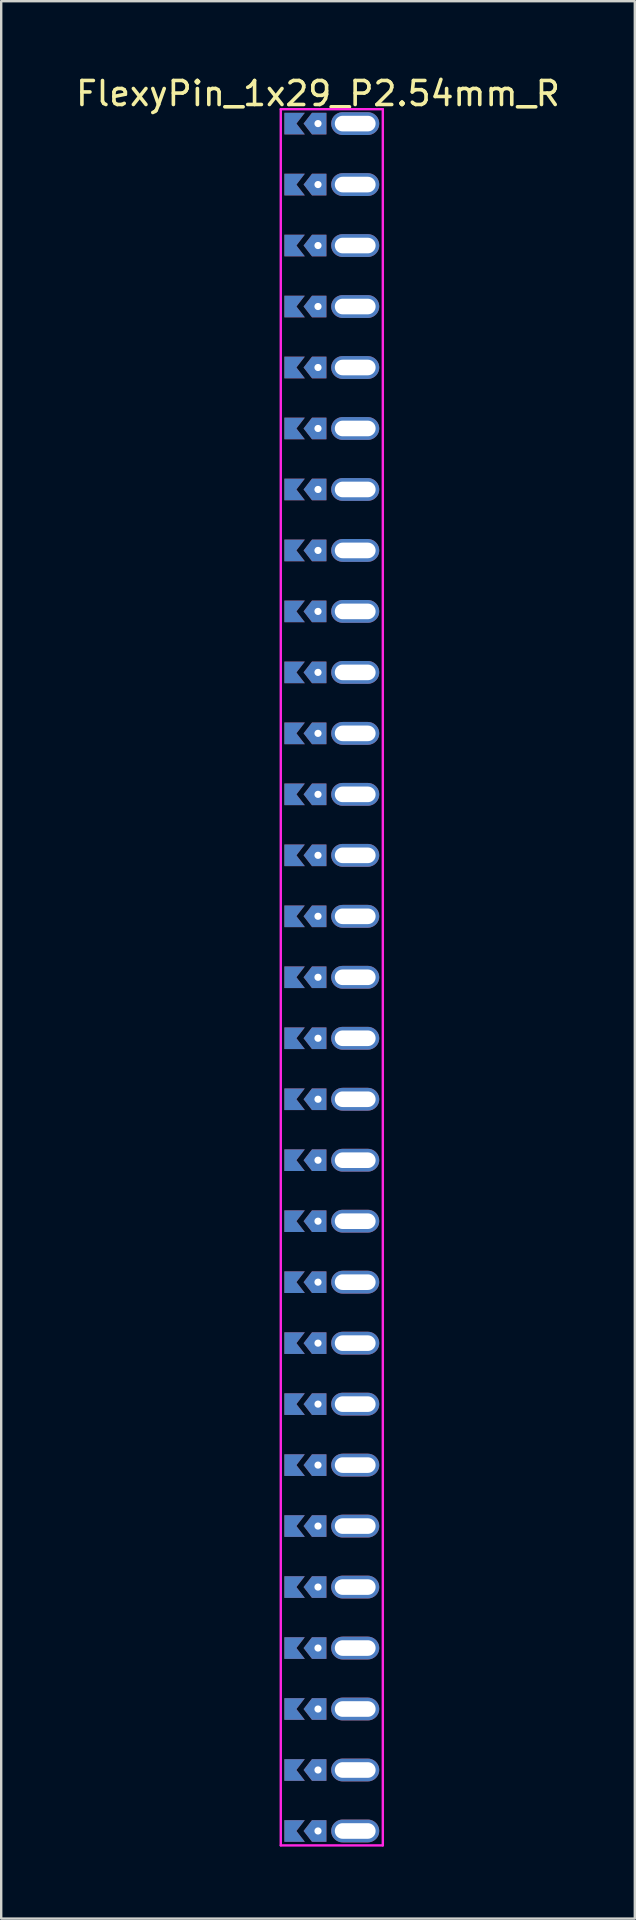
<source format=kicad_pcb>
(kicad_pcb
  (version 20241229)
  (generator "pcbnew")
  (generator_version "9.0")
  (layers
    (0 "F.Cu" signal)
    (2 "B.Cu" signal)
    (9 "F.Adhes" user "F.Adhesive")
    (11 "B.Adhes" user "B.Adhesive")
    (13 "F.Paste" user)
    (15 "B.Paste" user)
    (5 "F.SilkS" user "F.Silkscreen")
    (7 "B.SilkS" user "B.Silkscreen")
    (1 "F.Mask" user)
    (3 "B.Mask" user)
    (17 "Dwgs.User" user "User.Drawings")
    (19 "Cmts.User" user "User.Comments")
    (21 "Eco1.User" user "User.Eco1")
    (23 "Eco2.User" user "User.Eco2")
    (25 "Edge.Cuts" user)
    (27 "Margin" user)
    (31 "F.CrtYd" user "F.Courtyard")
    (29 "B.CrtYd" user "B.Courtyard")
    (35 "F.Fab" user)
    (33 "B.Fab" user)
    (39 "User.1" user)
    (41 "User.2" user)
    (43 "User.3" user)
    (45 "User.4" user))
  (footprint "FlexyPin_1x29_P2.54mm_R"
    (layer "F.Cu")
    (at 10.196 2.098)
    (property "Reference" "FlexyPin_1x29_P2.54mm_R" (at 0 -1.25 0) (layer "F.SilkS") (effects (font (size 1 1) (thickness 0.15))))
    (attr through_hole)
    (fp_line (start -1.55 -0.6) (end 2.7 -0.6) (stroke (width 0.1) (type solid)) (layer "F.CrtYd"))
    (fp_line (start -1.55 71.72) (end -1.55 -0.6) (stroke (width 0.1) (type solid)) (layer "F.CrtYd"))
    (fp_line (start 2.7 -0.6) (end 2.7 71.72) (stroke (width 0.1) (type solid)) (layer "F.CrtYd"))
    (fp_line (start 2.7 71.72) (end -1.55 71.72) (stroke (width 0.1) (type solid)) (layer "F.CrtYd"))
    (pad "" thru_hole custom (at 0 0) (size 0.3 0.3) (drill 0.6) (layers "*.Cu" "*.Mask") (options (anchor rect)) (primitives (gr_poly (pts (xy 0.35 0.45) (xy 0.35 -0.45) (xy -0.25 -0.45) (xy -0.6 0) (xy -0.25 0.45)) (width 0) (fill yes))))
    (pad "" thru_hole custom (at 0 2.54) (size 0.3 0.3) (drill 0.6) (layers "*.Cu" "*.Mask") (options (anchor rect)) (primitives (gr_poly (pts (xy 0.35 0.45) (xy 0.35 -0.45) (xy -0.25 -0.45) (xy -0.6 0) (xy -0.25 0.45)) (width 0) (fill yes))))
    (pad "" thru_hole custom (at 0 5.08) (size 0.3 0.3) (drill 0.6) (layers "*.Cu" "*.Mask") (options (anchor rect)) (primitives (gr_poly (pts (xy 0.35 0.45) (xy 0.35 -0.45) (xy -0.25 -0.45) (xy -0.6 0) (xy -0.25 0.45)) (width 0) (fill yes))))
    (pad "" thru_hole custom (at 0 7.62) (size 0.3 0.3) (drill 0.6) (layers "*.Cu" "*.Mask") (options (anchor rect)) (primitives (gr_poly (pts (xy 0.35 0.45) (xy 0.35 -0.45) (xy -0.25 -0.45) (xy -0.6 0) (xy -0.25 0.45)) (width 0) (fill yes))))
    (pad "" thru_hole custom (at 0 10.16) (size 0.3 0.3) (drill 0.6) (layers "*.Cu" "*.Mask") (options (anchor rect)) (primitives (gr_poly (pts (xy 0.35 0.45) (xy 0.35 -0.45) (xy -0.25 -0.45) (xy -0.6 0) (xy -0.25 0.45)) (width 0) (fill yes))))
    (pad "" thru_hole custom (at 0 12.7) (size 0.3 0.3) (drill 0.6) (layers "*.Cu" "*.Mask") (options (anchor rect)) (primitives (gr_poly (pts (xy 0.35 0.45) (xy 0.35 -0.45) (xy -0.25 -0.45) (xy -0.6 0) (xy -0.25 0.45)) (width 0) (fill yes))))
    (pad "" thru_hole custom (at 0 15.24) (size 0.3 0.3) (drill 0.6) (layers "*.Cu" "*.Mask") (options (anchor rect)) (primitives (gr_poly (pts (xy 0.35 0.45) (xy 0.35 -0.45) (xy -0.25 -0.45) (xy -0.6 0) (xy -0.25 0.45)) (width 0) (fill yes))))
    (pad "" thru_hole custom (at 0 17.78) (size 0.3 0.3) (drill 0.6) (layers "*.Cu" "*.Mask") (options (anchor rect)) (primitives (gr_poly (pts (xy 0.35 0.45) (xy 0.35 -0.45) (xy -0.25 -0.45) (xy -0.6 0) (xy -0.25 0.45)) (width 0) (fill yes))))
    (pad "" thru_hole custom (at 0 20.32) (size 0.3 0.3) (drill 0.6) (layers "*.Cu" "*.Mask") (options (anchor rect)) (primitives (gr_poly (pts (xy 0.35 0.45) (xy 0.35 -0.45) (xy -0.25 -0.45) (xy -0.6 0) (xy -0.25 0.45)) (width 0) (fill yes))))
    (pad "" thru_hole custom (at 0 22.86) (size 0.3 0.3) (drill 0.6) (layers "*.Cu" "*.Mask") (options (anchor rect)) (primitives (gr_poly (pts (xy 0.35 0.45) (xy 0.35 -0.45) (xy -0.25 -0.45) (xy -0.6 0) (xy -0.25 0.45)) (width 0) (fill yes))))
    (pad "" thru_hole custom (at 0 25.4) (size 0.3 0.3) (drill 0.6) (layers "*.Cu" "*.Mask") (options (anchor rect)) (primitives (gr_poly (pts (xy 0.35 0.45) (xy 0.35 -0.45) (xy -0.25 -0.45) (xy -0.6 0) (xy -0.25 0.45)) (width 0) (fill yes))))
    (pad "" thru_hole custom (at 0 27.94) (size 0.3 0.3) (drill 0.6) (layers "*.Cu" "*.Mask") (options (anchor rect)) (primitives (gr_poly (pts (xy 0.35 0.45) (xy 0.35 -0.45) (xy -0.25 -0.45) (xy -0.6 0) (xy -0.25 0.45)) (width 0) (fill yes))))
    (pad "" thru_hole custom (at 0 30.48) (size 0.3 0.3) (drill 0.6) (layers "*.Cu" "*.Mask") (options (anchor rect)) (primitives (gr_poly (pts (xy 0.35 0.45) (xy 0.35 -0.45) (xy -0.25 -0.45) (xy -0.6 0) (xy -0.25 0.45)) (width 0) (fill yes))))
    (pad "" thru_hole custom (at 0 33.02) (size 0.3 0.3) (drill 0.6) (layers "*.Cu" "*.Mask") (options (anchor rect)) (primitives (gr_poly (pts (xy 0.35 0.45) (xy 0.35 -0.45) (xy -0.25 -0.45) (xy -0.6 0) (xy -0.25 0.45)) (width 0) (fill yes))))
    (pad "" thru_hole custom (at 0 35.56) (size 0.3 0.3) (drill 0.6) (layers "*.Cu" "*.Mask") (options (anchor rect)) (primitives (gr_poly (pts (xy 0.35 0.45) (xy 0.35 -0.45) (xy -0.25 -0.45) (xy -0.6 0) (xy -0.25 0.45)) (width 0) (fill yes))))
    (pad "" thru_hole custom (at 0 38.1) (size 0.3 0.3) (drill 0.6) (layers "*.Cu" "*.Mask") (options (anchor rect)) (primitives (gr_poly (pts (xy 0.35 0.45) (xy 0.35 -0.45) (xy -0.25 -0.45) (xy -0.6 0) (xy -0.25 0.45)) (width 0) (fill yes))))
    (pad "" thru_hole custom (at 0 40.64) (size 0.3 0.3) (drill 0.6) (layers "*.Cu" "*.Mask") (options (anchor rect)) (primitives (gr_poly (pts (xy 0.35 0.45) (xy 0.35 -0.45) (xy -0.25 -0.45) (xy -0.6 0) (xy -0.25 0.45)) (width 0) (fill yes))))
    (pad "" thru_hole custom (at 0 43.18) (size 0.3 0.3) (drill 0.6) (layers "*.Cu" "*.Mask") (options (anchor rect)) (primitives (gr_poly (pts (xy 0.35 0.45) (xy 0.35 -0.45) (xy -0.25 -0.45) (xy -0.6 0) (xy -0.25 0.45)) (width 0) (fill yes))))
    (pad "" thru_hole custom (at 0 45.72) (size 0.3 0.3) (drill 0.6) (layers "*.Cu" "*.Mask") (options (anchor rect)) (primitives (gr_poly (pts (xy 0.35 0.45) (xy 0.35 -0.45) (xy -0.25 -0.45) (xy -0.6 0) (xy -0.25 0.45)) (width 0) (fill yes))))
    (pad "" thru_hole custom (at 0 48.26) (size 0.3 0.3) (drill 0.6) (layers "*.Cu" "*.Mask") (options (anchor rect)) (primitives (gr_poly (pts (xy 0.35 0.45) (xy 0.35 -0.45) (xy -0.25 -0.45) (xy -0.6 0) (xy -0.25 0.45)) (width 0) (fill yes))))
    (pad "" thru_hole custom (at 0 50.8) (size 0.3 0.3) (drill 0.6) (layers "*.Cu" "*.Mask") (options (anchor rect)) (primitives (gr_poly (pts (xy 0.35 0.45) (xy 0.35 -0.45) (xy -0.25 -0.45) (xy -0.6 0) (xy -0.25 0.45)) (width 0) (fill yes))))
    (pad "" thru_hole custom (at 0 53.34) (size 0.3 0.3) (drill 0.6) (layers "*.Cu" "*.Mask") (options (anchor rect)) (primitives (gr_poly (pts (xy 0.35 0.45) (xy 0.35 -0.45) (xy -0.25 -0.45) (xy -0.6 0) (xy -0.25 0.45)) (width 0) (fill yes))))
    (pad "" thru_hole custom (at 0 55.88) (size 0.3 0.3) (drill 0.6) (layers "*.Cu" "*.Mask") (options (anchor rect)) (primitives (gr_poly (pts (xy 0.35 0.45) (xy 0.35 -0.45) (xy -0.25 -0.45) (xy -0.6 0) (xy -0.25 0.45)) (width 0) (fill yes))))
    (pad "" thru_hole custom (at 0 58.42) (size 0.3 0.3) (drill 0.6) (layers "*.Cu" "*.Mask") (options (anchor rect)) (primitives (gr_poly (pts (xy 0.35 0.45) (xy 0.35 -0.45) (xy -0.25 -0.45) (xy -0.6 0) (xy -0.25 0.45)) (width 0) (fill yes))))
    (pad "" thru_hole custom (at 0 60.96) (size 0.3 0.3) (drill 0.6) (layers "*.Cu" "*.Mask") (options (anchor rect)) (primitives (gr_poly (pts (xy 0.35 0.45) (xy 0.35 -0.45) (xy -0.25 -0.45) (xy -0.6 0) (xy -0.25 0.45)) (width 0) (fill yes))))
    (pad "" thru_hole custom (at 0 63.5) (size 0.3 0.3) (drill 0.6) (layers "*.Cu" "*.Mask") (options (anchor rect)) (primitives (gr_poly (pts (xy 0.35 0.45) (xy 0.35 -0.45) (xy -0.25 -0.45) (xy -0.6 0) (xy -0.25 0.45)) (width 0) (fill yes))))
    (pad "" thru_hole custom (at 0 66.04) (size 0.3 0.3) (drill 0.6) (layers "*.Cu" "*.Mask") (options (anchor rect)) (primitives (gr_poly (pts (xy 0.35 0.45) (xy 0.35 -0.45) (xy -0.25 -0.45) (xy -0.6 0) (xy -0.25 0.45)) (width 0) (fill yes))))
    (pad "" thru_hole custom (at 0 68.58) (size 0.3 0.3) (drill 0.6) (layers "*.Cu" "*.Mask") (options (anchor rect)) (primitives (gr_poly (pts (xy 0.35 0.45) (xy 0.35 -0.45) (xy -0.25 -0.45) (xy -0.6 0) (xy -0.25 0.45)) (width 0) (fill yes))))
    (pad "" thru_hole custom (at 0 71.12) (size 0.3 0.3) (drill 0.6) (layers "*.Cu" "*.Mask") (options (anchor rect)) (primitives (gr_poly (pts (xy 0.35 0.45) (xy 0.35 -0.45) (xy -0.25 -0.45) (xy -0.6 0) (xy -0.25 0.45)) (width 0) (fill yes))))
    (pad "" thru_hole oval (at 1.55 0) (size 2 0.95) (drill oval 1.7 0.65) (layers "*.Cu" "*.Mask"))
    (pad "" thru_hole oval (at 1.55 2.54) (size 2 0.95) (drill oval 1.7 0.65) (layers "*.Cu" "*.Mask"))
    (pad "" thru_hole oval (at 1.55 5.08) (size 2 0.95) (drill oval 1.7 0.65) (layers "*.Cu" "*.Mask"))
    (pad "" thru_hole oval (at 1.55 7.62) (size 2 0.95) (drill oval 1.7 0.65) (layers "*.Cu" "*.Mask"))
    (pad "" thru_hole oval (at 1.55 10.16) (size 2 0.95) (drill oval 1.7 0.65) (layers "*.Cu" "*.Mask"))
    (pad "" thru_hole oval (at 1.55 12.7) (size 2 0.95) (drill oval 1.7 0.65) (layers "*.Cu" "*.Mask"))
    (pad "" thru_hole oval (at 1.55 15.24) (size 2 0.95) (drill oval 1.7 0.65) (layers "*.Cu" "*.Mask"))
    (pad "" thru_hole oval (at 1.55 17.78) (size 2 0.95) (drill oval 1.7 0.65) (layers "*.Cu" "*.Mask"))
    (pad "" thru_hole oval (at 1.55 20.32) (size 2 0.95) (drill oval 1.7 0.65) (layers "*.Cu" "*.Mask"))
    (pad "" thru_hole oval (at 1.55 22.86) (size 2 0.95) (drill oval 1.7 0.65) (layers "*.Cu" "*.Mask"))
    (pad "" thru_hole oval (at 1.55 25.4) (size 2 0.95) (drill oval 1.7 0.65) (layers "*.Cu" "*.Mask"))
    (pad "" thru_hole oval (at 1.55 27.94) (size 2 0.95) (drill oval 1.7 0.65) (layers "*.Cu" "*.Mask"))
    (pad "" thru_hole oval (at 1.55 30.48) (size 2 0.95) (drill oval 1.7 0.65) (layers "*.Cu" "*.Mask"))
    (pad "" thru_hole oval (at 1.55 33.02) (size 2 0.95) (drill oval 1.7 0.65) (layers "*.Cu" "*.Mask"))
    (pad "" thru_hole oval (at 1.55 35.56) (size 2 0.95) (drill oval 1.7 0.65) (layers "*.Cu" "*.Mask"))
    (pad "" thru_hole oval (at 1.55 38.1) (size 2 0.95) (drill oval 1.7 0.65) (layers "*.Cu" "*.Mask"))
    (pad "" thru_hole oval (at 1.55 40.64) (size 2 0.95) (drill oval 1.7 0.65) (layers "*.Cu" "*.Mask"))
    (pad "" thru_hole oval (at 1.55 43.18) (size 2 0.95) (drill oval 1.7 0.65) (layers "*.Cu" "*.Mask"))
    (pad "" thru_hole oval (at 1.55 45.72) (size 2 0.95) (drill oval 1.7 0.65) (layers "*.Cu" "*.Mask"))
    (pad "" thru_hole oval (at 1.55 48.26) (size 2 0.95) (drill oval 1.7 0.65) (layers "*.Cu" "*.Mask"))
    (pad "" thru_hole oval (at 1.55 50.8) (size 2 0.95) (drill oval 1.7 0.65) (layers "*.Cu" "*.Mask"))
    (pad "" thru_hole oval (at 1.55 53.34) (size 2 0.95) (drill oval 1.7 0.65) (layers "*.Cu" "*.Mask"))
    (pad "" thru_hole oval (at 1.55 55.88) (size 2 0.95) (drill oval 1.7 0.65) (layers "*.Cu" "*.Mask"))
    (pad "" thru_hole oval (at 1.55 58.42) (size 2 0.95) (drill oval 1.7 0.65) (layers "*.Cu" "*.Mask"))
    (pad "" thru_hole oval (at 1.55 60.96) (size 2 0.95) (drill oval 1.7 0.65) (layers "*.Cu" "*.Mask"))
    (pad "" thru_hole oval (at 1.55 63.5) (size 2 0.95) (drill oval 1.7 0.65) (layers "*.Cu" "*.Mask"))
    (pad "" thru_hole oval (at 1.55 66.04) (size 2 0.95) (drill oval 1.7 0.65) (layers "*.Cu" "*.Mask"))
    (pad "" thru_hole oval (at 1.55 68.58) (size 2 0.95) (drill oval 1.7 0.65) (layers "*.Cu" "*.Mask"))
    (pad "" thru_hole oval (at 1.55 71.12) (size 2 0.95) (drill oval 1.7 0.65) (layers "*.Cu" "*.Mask"))
    (pad "1" smd custom (at -0.9 0) (size 0.01 0.01) (layers "F.Cu" "F.Mask") (options (anchor rect)) (primitives (gr_poly (pts (xy 0 0) (xy 0.35 0.45) (xy -0.5 0.45) (xy -0.5 -0.45) (xy 0.35 -0.45)) (width 0) (fill yes))))
    (pad "2" smd custom (at -0.9 2.54) (size 0.01 0.01) (layers "F.Cu" "F.Mask") (options (anchor rect)) (primitives (gr_poly (pts (xy 0 0) (xy 0.35 0.45) (xy -0.5 0.45) (xy -0.5 -0.45) (xy 0.35 -0.45)) (width 0) (fill yes))))
    (pad "3" smd custom (at -0.9 5.08) (size 0.01 0.01) (layers "F.Cu" "F.Mask") (options (anchor rect)) (primitives (gr_poly (pts (xy 0 0) (xy 0.35 0.45) (xy -0.5 0.45) (xy -0.5 -0.45) (xy 0.35 -0.45)) (width 0) (fill yes))))
    (pad "4" smd custom (at -0.9 7.62) (size 0.01 0.01) (layers "F.Cu" "F.Mask") (options (anchor rect)) (primitives (gr_poly (pts (xy 0 0) (xy 0.35 0.45) (xy -0.5 0.45) (xy -0.5 -0.45) (xy 0.35 -0.45)) (width 0) (fill yes))))
    (pad "5" smd custom (at -0.9 10.16) (size 0.01 0.01) (layers "F.Cu" "F.Mask") (options (anchor rect)) (primitives (gr_poly (pts (xy 0 0) (xy 0.35 0.45) (xy -0.5 0.45) (xy -0.5 -0.45) (xy 0.35 -0.45)) (width 0) (fill yes))))
    (pad "6" smd custom (at -0.9 12.7) (size 0.01 0.01) (layers "F.Cu" "F.Mask") (options (anchor rect)) (primitives (gr_poly (pts (xy 0 0) (xy 0.35 0.45) (xy -0.5 0.45) (xy -0.5 -0.45) (xy 0.35 -0.45)) (width 0) (fill yes))))
    (pad "7" smd custom (at -0.9 15.24) (size 0.01 0.01) (layers "F.Cu" "F.Mask") (options (anchor rect)) (primitives (gr_poly (pts (xy 0 0) (xy 0.35 0.45) (xy -0.5 0.45) (xy -0.5 -0.45) (xy 0.35 -0.45)) (width 0) (fill yes))))
    (pad "8" smd custom (at -0.9 17.78) (size 0.01 0.01) (layers "F.Cu" "F.Mask") (options (anchor rect)) (primitives (gr_poly (pts (xy 0 0) (xy 0.35 0.45) (xy -0.5 0.45) (xy -0.5 -0.45) (xy 0.35 -0.45)) (width 0) (fill yes))))
    (pad "9" smd custom (at -0.9 20.32) (size 0.01 0.01) (layers "F.Cu" "F.Mask") (options (anchor rect)) (primitives (gr_poly (pts (xy 0 0) (xy 0.35 0.45) (xy -0.5 0.45) (xy -0.5 -0.45) (xy 0.35 -0.45)) (width 0) (fill yes))))
    (pad "10" smd custom (at -0.9 22.86) (size 0.01 0.01) (layers "F.Cu" "F.Mask") (options (anchor rect)) (primitives (gr_poly (pts (xy 0 0) (xy 0.35 0.45) (xy -0.5 0.45) (xy -0.5 -0.45) (xy 0.35 -0.45)) (width 0) (fill yes))))
    (pad "11" smd custom (at -0.9 25.4) (size 0.01 0.01) (layers "F.Cu" "F.Mask") (options (anchor rect)) (primitives (gr_poly (pts (xy 0 0) (xy 0.35 0.45) (xy -0.5 0.45) (xy -0.5 -0.45) (xy 0.35 -0.45)) (width 0) (fill yes))))
    (pad "12" smd custom (at -0.9 27.94) (size 0.01 0.01) (layers "F.Cu" "F.Mask") (options (anchor rect)) (primitives (gr_poly (pts (xy 0 0) (xy 0.35 0.45) (xy -0.5 0.45) (xy -0.5 -0.45) (xy 0.35 -0.45)) (width 0) (fill yes))))
    (pad "13" smd custom (at -0.9 30.48) (size 0.01 0.01) (layers "F.Cu" "F.Mask") (options (anchor rect)) (primitives (gr_poly (pts (xy 0 0) (xy 0.35 0.45) (xy -0.5 0.45) (xy -0.5 -0.45) (xy 0.35 -0.45)) (width 0) (fill yes))))
    (pad "14" smd custom (at -0.9 33.02) (size 0.01 0.01) (layers "F.Cu" "F.Mask") (options (anchor rect)) (primitives (gr_poly (pts (xy 0 0) (xy 0.35 0.45) (xy -0.5 0.45) (xy -0.5 -0.45) (xy 0.35 -0.45)) (width 0) (fill yes))))
    (pad "15" smd custom (at -0.9 35.56) (size 0.01 0.01) (layers "F.Cu" "F.Mask") (options (anchor rect)) (primitives (gr_poly (pts (xy 0 0) (xy 0.35 0.45) (xy -0.5 0.45) (xy -0.5 -0.45) (xy 0.35 -0.45)) (width 0) (fill yes))))
    (pad "16" smd custom (at -0.9 38.1) (size 0.01 0.01) (layers "F.Cu" "F.Mask") (options (anchor rect)) (primitives (gr_poly (pts (xy 0 0) (xy 0.35 0.45) (xy -0.5 0.45) (xy -0.5 -0.45) (xy 0.35 -0.45)) (width 0) (fill yes))))
    (pad "17" smd custom (at -0.9 40.64) (size 0.01 0.01) (layers "F.Cu" "F.Mask") (options (anchor rect)) (primitives (gr_poly (pts (xy 0 0) (xy 0.35 0.45) (xy -0.5 0.45) (xy -0.5 -0.45) (xy 0.35 -0.45)) (width 0) (fill yes))))
    (pad "18" smd custom (at -0.9 43.18) (size 0.01 0.01) (layers "F.Cu" "F.Mask") (options (anchor rect)) (primitives (gr_poly (pts (xy 0 0) (xy 0.35 0.45) (xy -0.5 0.45) (xy -0.5 -0.45) (xy 0.35 -0.45)) (width 0) (fill yes))))
    (pad "19" smd custom (at -0.9 45.72) (size 0.01 0.01) (layers "F.Cu" "F.Mask") (options (anchor rect)) (primitives (gr_poly (pts (xy 0 0) (xy 0.35 0.45) (xy -0.5 0.45) (xy -0.5 -0.45) (xy 0.35 -0.45)) (width 0) (fill yes))))
    (pad "20" smd custom (at -0.9 48.26) (size 0.01 0.01) (layers "F.Cu" "F.Mask") (options (anchor rect)) (primitives (gr_poly (pts (xy 0 0) (xy 0.35 0.45) (xy -0.5 0.45) (xy -0.5 -0.45) (xy 0.35 -0.45)) (width 0) (fill yes))))
    (pad "21" smd custom (at -0.9 50.8) (size 0.01 0.01) (layers "F.Cu" "F.Mask") (options (anchor rect)) (primitives (gr_poly (pts (xy 0 0) (xy 0.35 0.45) (xy -0.5 0.45) (xy -0.5 -0.45) (xy 0.35 -0.45)) (width 0) (fill yes))))
    (pad "22" smd custom (at -0.9 53.34) (size 0.01 0.01) (layers "F.Cu" "F.Mask") (options (anchor rect)) (primitives (gr_poly (pts (xy 0 0) (xy 0.35 0.45) (xy -0.5 0.45) (xy -0.5 -0.45) (xy 0.35 -0.45)) (width 0) (fill yes))))
    (pad "23" smd custom (at -0.9 55.88) (size 0.01 0.01) (layers "F.Cu" "F.Mask") (options (anchor rect)) (primitives (gr_poly (pts (xy 0 0) (xy 0.35 0.45) (xy -0.5 0.45) (xy -0.5 -0.45) (xy 0.35 -0.45)) (width 0) (fill yes))))
    (pad "24" smd custom (at -0.9 58.42) (size 0.01 0.01) (layers "F.Cu" "F.Mask") (options (anchor rect)) (primitives (gr_poly (pts (xy 0 0) (xy 0.35 0.45) (xy -0.5 0.45) (xy -0.5 -0.45) (xy 0.35 -0.45)) (width 0) (fill yes))))
    (pad "25" smd custom (at -0.9 60.96) (size 0.01 0.01) (layers "F.Cu" "F.Mask") (options (anchor rect)) (primitives (gr_poly (pts (xy 0 0) (xy 0.35 0.45) (xy -0.5 0.45) (xy -0.5 -0.45) (xy 0.35 -0.45)) (width 0) (fill yes))))
    (pad "26" smd custom (at -0.9 63.5) (size 0.01 0.01) (layers "F.Cu" "F.Mask") (options (anchor rect)) (primitives (gr_poly (pts (xy 0 0) (xy 0.35 0.45) (xy -0.5 0.45) (xy -0.5 -0.45) (xy 0.35 -0.45)) (width 0) (fill yes))))
    (pad "27" smd custom (at -0.9 66.04) (size 0.01 0.01) (layers "F.Cu" "F.Mask") (options (anchor rect)) (primitives (gr_poly (pts (xy 0 0) (xy 0.35 0.45) (xy -0.5 0.45) (xy -0.5 -0.45) (xy 0.35 -0.45)) (width 0) (fill yes))))
    (pad "28" smd custom (at -0.9 68.58) (size 0.01 0.01) (layers "F.Cu" "F.Mask") (options (anchor rect)) (primitives (gr_poly (pts (xy 0 0) (xy 0.35 0.45) (xy -0.5 0.45) (xy -0.5 -0.45) (xy 0.35 -0.45)) (width 0) (fill yes))))
    (pad "29" smd custom (at -0.9 71.12) (size 0.01 0.01) (layers "F.Cu" "F.Mask") (options (anchor rect)) (primitives (gr_poly (pts (xy 0 0) (xy 0.35 0.45) (xy -0.5 0.45) (xy -0.5 -0.45) (xy 0.35 -0.45)) (width 0) (fill yes))))
    (pad "30" smd custom (at -0.9 0) (size 0.01 0.01) (layers "B.Cu" "B.Mask") (options (anchor rect)) (primitives (gr_poly (pts (xy 0 0) (xy 0.35 0.45) (xy -0.5 0.45) (xy -0.5 -0.45) (xy 0.35 -0.45)) (width 0) (fill yes))))
    (pad "31" smd custom (at -0.9 2.54) (size 0.01 0.01) (layers "B.Cu" "B.Mask") (options (anchor rect)) (primitives (gr_poly (pts (xy 0 0) (xy 0.35 0.45) (xy -0.5 0.45) (xy -0.5 -0.45) (xy 0.35 -0.45)) (width 0) (fill yes))))
    (pad "32" smd custom (at -0.9 5.08) (size 0.01 0.01) (layers "B.Cu" "B.Mask") (options (anchor rect)) (primitives (gr_poly (pts (xy 0 0) (xy 0.35 0.45) (xy -0.5 0.45) (xy -0.5 -0.45) (xy 0.35 -0.45)) (width 0) (fill yes))))
    (pad "33" smd custom (at -0.9 7.62) (size 0.01 0.01) (layers "B.Cu" "B.Mask") (options (anchor rect)) (primitives (gr_poly (pts (xy 0 0) (xy 0.35 0.45) (xy -0.5 0.45) (xy -0.5 -0.45) (xy 0.35 -0.45)) (width 0) (fill yes))))
    (pad "34" smd custom (at -0.9 10.16) (size 0.01 0.01) (layers "B.Cu" "B.Mask") (options (anchor rect)) (primitives (gr_poly (pts (xy 0 0) (xy 0.35 0.45) (xy -0.5 0.45) (xy -0.5 -0.45) (xy 0.35 -0.45)) (width 0) (fill yes))))
    (pad "35" smd custom (at -0.9 12.7) (size 0.01 0.01) (layers "B.Cu" "B.Mask") (options (anchor rect)) (primitives (gr_poly (pts (xy 0 0) (xy 0.35 0.45) (xy -0.5 0.45) (xy -0.5 -0.45) (xy 0.35 -0.45)) (width 0) (fill yes))))
    (pad "36" smd custom (at -0.9 15.24) (size 0.01 0.01) (layers "B.Cu" "B.Mask") (options (anchor rect)) (primitives (gr_poly (pts (xy 0 0) (xy 0.35 0.45) (xy -0.5 0.45) (xy -0.5 -0.45) (xy 0.35 -0.45)) (width 0) (fill yes))))
    (pad "37" smd custom (at -0.9 17.78) (size 0.01 0.01) (layers "B.Cu" "B.Mask") (options (anchor rect)) (primitives (gr_poly (pts (xy 0 0) (xy 0.35 0.45) (xy -0.5 0.45) (xy -0.5 -0.45) (xy 0.35 -0.45)) (width 0) (fill yes))))
    (pad "38" smd custom (at -0.9 20.32) (size 0.01 0.01) (layers "B.Cu" "B.Mask") (options (anchor rect)) (primitives (gr_poly (pts (xy 0 0) (xy 0.35 0.45) (xy -0.5 0.45) (xy -0.5 -0.45) (xy 0.35 -0.45)) (width 0) (fill yes))))
    (pad "39" smd custom (at -0.9 22.86) (size 0.01 0.01) (layers "B.Cu" "B.Mask") (options (anchor rect)) (primitives (gr_poly (pts (xy 0 0) (xy 0.35 0.45) (xy -0.5 0.45) (xy -0.5 -0.45) (xy 0.35 -0.45)) (width 0) (fill yes))))
    (pad "40" smd custom (at -0.9 25.4) (size 0.01 0.01) (layers "B.Cu" "B.Mask") (options (anchor rect)) (primitives (gr_poly (pts (xy 0 0) (xy 0.35 0.45) (xy -0.5 0.45) (xy -0.5 -0.45) (xy 0.35 -0.45)) (width 0) (fill yes))))
    (pad "41" smd custom (at -0.9 27.94) (size 0.01 0.01) (layers "B.Cu" "B.Mask") (options (anchor rect)) (primitives (gr_poly (pts (xy 0 0) (xy 0.35 0.45) (xy -0.5 0.45) (xy -0.5 -0.45) (xy 0.35 -0.45)) (width 0) (fill yes))))
    (pad "42" smd custom (at -0.9 30.48) (size 0.01 0.01) (layers "B.Cu" "B.Mask") (options (anchor rect)) (primitives (gr_poly (pts (xy 0 0) (xy 0.35 0.45) (xy -0.5 0.45) (xy -0.5 -0.45) (xy 0.35 -0.45)) (width 0) (fill yes))))
    (pad "43" smd custom (at -0.9 33.02) (size 0.01 0.01) (layers "B.Cu" "B.Mask") (options (anchor rect)) (primitives (gr_poly (pts (xy 0 0) (xy 0.35 0.45) (xy -0.5 0.45) (xy -0.5 -0.45) (xy 0.35 -0.45)) (width 0) (fill yes))))
    (pad "44" smd custom (at -0.9 35.56) (size 0.01 0.01) (layers "B.Cu" "B.Mask") (options (anchor rect)) (primitives (gr_poly (pts (xy 0 0) (xy 0.35 0.45) (xy -0.5 0.45) (xy -0.5 -0.45) (xy 0.35 -0.45)) (width 0) (fill yes))))
    (pad "45" smd custom (at -0.9 38.1) (size 0.01 0.01) (layers "B.Cu" "B.Mask") (options (anchor rect)) (primitives (gr_poly (pts (xy 0 0) (xy 0.35 0.45) (xy -0.5 0.45) (xy -0.5 -0.45) (xy 0.35 -0.45)) (width 0) (fill yes))))
    (pad "46" smd custom (at -0.9 40.64) (size 0.01 0.01) (layers "B.Cu" "B.Mask") (options (anchor rect)) (primitives (gr_poly (pts (xy 0 0) (xy 0.35 0.45) (xy -0.5 0.45) (xy -0.5 -0.45) (xy 0.35 -0.45)) (width 0) (fill yes))))
    (pad "47" smd custom (at -0.9 43.18) (size 0.01 0.01) (layers "B.Cu" "B.Mask") (options (anchor rect)) (primitives (gr_poly (pts (xy 0 0) (xy 0.35 0.45) (xy -0.5 0.45) (xy -0.5 -0.45) (xy 0.35 -0.45)) (width 0) (fill yes))))
    (pad "48" smd custom (at -0.9 45.72) (size 0.01 0.01) (layers "B.Cu" "B.Mask") (options (anchor rect)) (primitives (gr_poly (pts (xy 0 0) (xy 0.35 0.45) (xy -0.5 0.45) (xy -0.5 -0.45) (xy 0.35 -0.45)) (width 0) (fill yes))))
    (pad "49" smd custom (at -0.9 48.26) (size 0.01 0.01) (layers "B.Cu" "B.Mask") (options (anchor rect)) (primitives (gr_poly (pts (xy 0 0) (xy 0.35 0.45) (xy -0.5 0.45) (xy -0.5 -0.45) (xy 0.35 -0.45)) (width 0) (fill yes))))
    (pad "50" smd custom (at -0.9 50.8) (size 0.01 0.01) (layers "B.Cu" "B.Mask") (options (anchor rect)) (primitives (gr_poly (pts (xy 0 0) (xy 0.35 0.45) (xy -0.5 0.45) (xy -0.5 -0.45) (xy 0.35 -0.45)) (width 0) (fill yes))))
    (pad "51" smd custom (at -0.9 53.34) (size 0.01 0.01) (layers "B.Cu" "B.Mask") (options (anchor rect)) (primitives (gr_poly (pts (xy 0 0) (xy 0.35 0.45) (xy -0.5 0.45) (xy -0.5 -0.45) (xy 0.35 -0.45)) (width 0) (fill yes))))
    (pad "52" smd custom (at -0.9 55.88) (size 0.01 0.01) (layers "B.Cu" "B.Mask") (options (anchor rect)) (primitives (gr_poly (pts (xy 0 0) (xy 0.35 0.45) (xy -0.5 0.45) (xy -0.5 -0.45) (xy 0.35 -0.45)) (width 0) (fill yes))))
    (pad "53" smd custom (at -0.9 58.42) (size 0.01 0.01) (layers "B.Cu" "B.Mask") (options (anchor rect)) (primitives (gr_poly (pts (xy 0 0) (xy 0.35 0.45) (xy -0.5 0.45) (xy -0.5 -0.45) (xy 0.35 -0.45)) (width 0) (fill yes))))
    (pad "54" smd custom (at -0.9 60.96) (size 0.01 0.01) (layers "B.Cu" "B.Mask") (options (anchor rect)) (primitives (gr_poly (pts (xy 0 0) (xy 0.35 0.45) (xy -0.5 0.45) (xy -0.5 -0.45) (xy 0.35 -0.45)) (width 0) (fill yes))))
    (pad "55" smd custom (at -0.9 63.5) (size 0.01 0.01) (layers "B.Cu" "B.Mask") (options (anchor rect)) (primitives (gr_poly (pts (xy 0 0) (xy 0.35 0.45) (xy -0.5 0.45) (xy -0.5 -0.45) (xy 0.35 -0.45)) (width 0) (fill yes))))
    (pad "56" smd custom (at -0.9 66.04) (size 0.01 0.01) (layers "B.Cu" "B.Mask") (options (anchor rect)) (primitives (gr_poly (pts (xy 0 0) (xy 0.35 0.45) (xy -0.5 0.45) (xy -0.5 -0.45) (xy 0.35 -0.45)) (width 0) (fill yes))))
    (pad "57" smd custom (at -0.9 68.58) (size 0.01 0.01) (layers "B.Cu" "B.Mask") (options (anchor rect)) (primitives (gr_poly (pts (xy 0 0) (xy 0.35 0.45) (xy -0.5 0.45) (xy -0.5 -0.45) (xy 0.35 -0.45)) (width 0) (fill yes))))
    (pad "58" smd custom (at -0.9 71.12) (size 0.01 0.01) (layers "B.Cu" "B.Mask") (options (anchor rect)) (primitives (gr_poly (pts (xy 0 0) (xy 0.35 0.45) (xy -0.5 0.45) (xy -0.5 -0.45) (xy 0.35 -0.45)) (width 0) (fill yes)))))
  (gr_rect
    (start -3 -3)
    (end 23.393 76.868)
    (stroke (width 0.1) (type default))
    (fill no)
    (layer "Edge.Cuts")))
</source>
